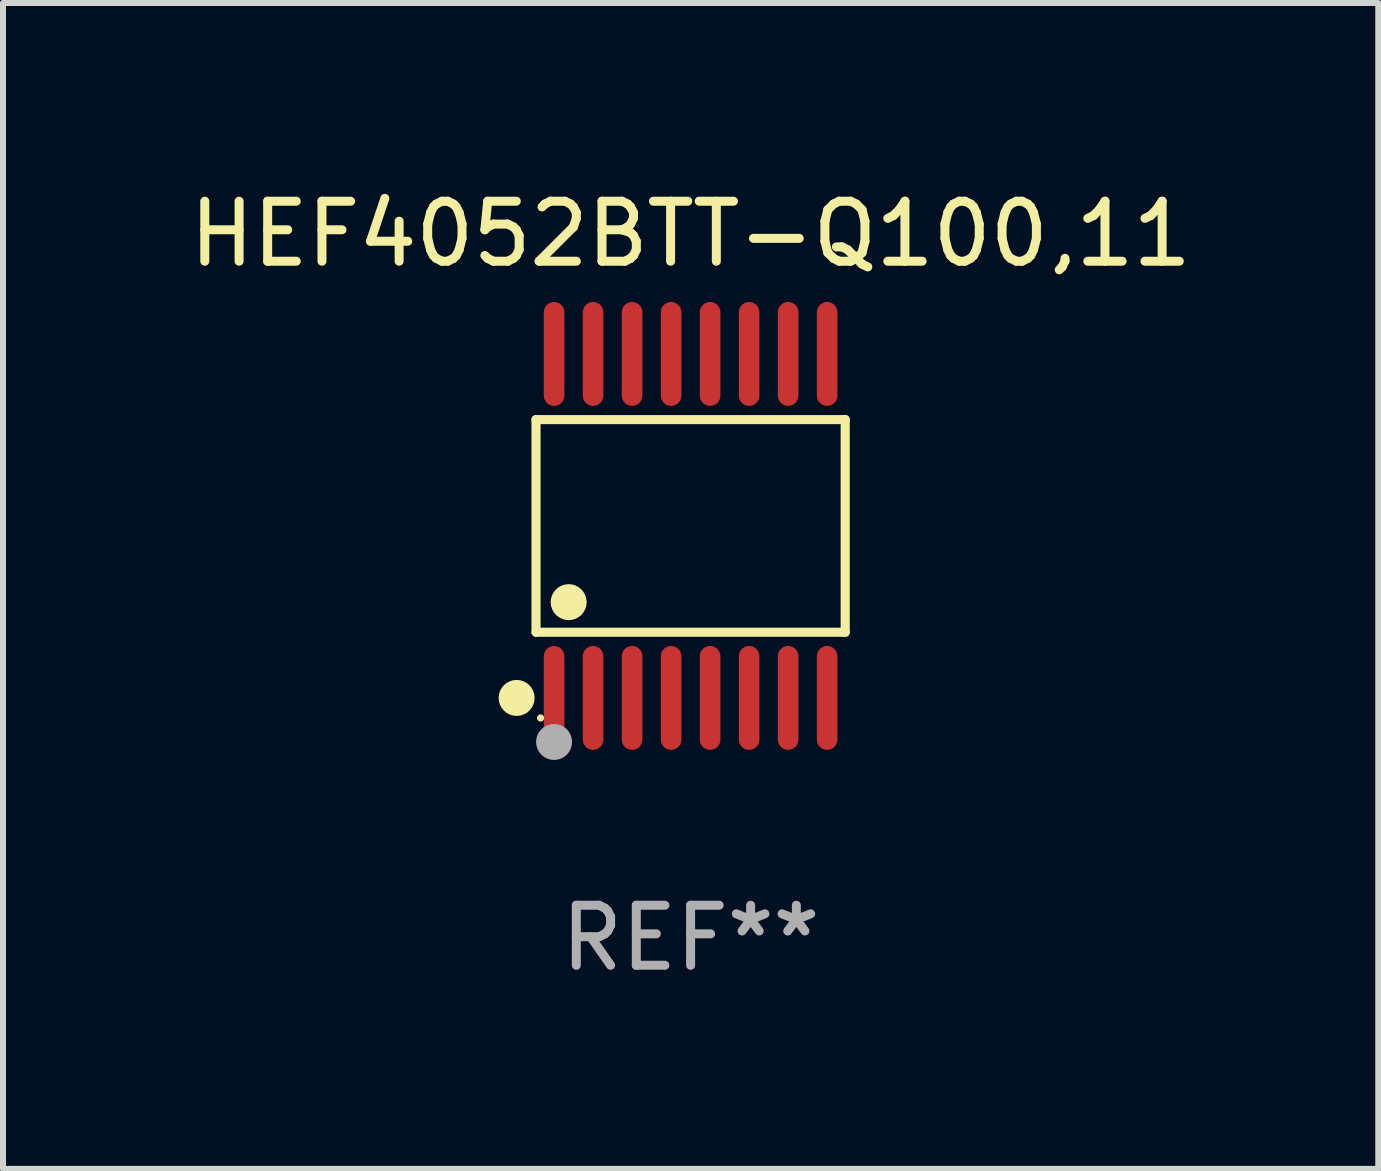
<source format=kicad_pcb>
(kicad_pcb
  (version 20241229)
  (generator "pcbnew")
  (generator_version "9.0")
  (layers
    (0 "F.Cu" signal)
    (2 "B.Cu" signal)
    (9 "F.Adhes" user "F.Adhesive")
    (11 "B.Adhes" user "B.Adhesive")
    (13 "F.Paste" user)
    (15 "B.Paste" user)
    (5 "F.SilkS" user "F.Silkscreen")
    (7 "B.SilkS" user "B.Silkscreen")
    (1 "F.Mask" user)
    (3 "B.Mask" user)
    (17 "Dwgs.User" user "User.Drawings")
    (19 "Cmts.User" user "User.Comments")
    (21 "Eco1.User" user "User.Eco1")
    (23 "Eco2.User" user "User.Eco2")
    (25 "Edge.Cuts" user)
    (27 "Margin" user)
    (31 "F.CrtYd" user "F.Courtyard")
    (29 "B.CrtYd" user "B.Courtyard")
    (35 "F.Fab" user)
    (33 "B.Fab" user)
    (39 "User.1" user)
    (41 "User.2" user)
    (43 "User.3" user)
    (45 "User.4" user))
  (footprint "HEF4052BTT-Q100,11"
    (layer "F.Cu")
    (at 8.458 5.714)
    (property "Reference" "HEF4052BTT-Q100,11" (at 0 -4.866 0) (layer "F.SilkS") (effects (font (size 1 1) (thickness 0.15))))
    (attr through_hole)
    (fp_line (start -2.576 -1.772) (end 2.576 -1.772) (stroke (width 0.152) (type solid)) (layer "F.SilkS"))
    (fp_line (start -2.576 1.771) (end -2.576 -1.772) (stroke (width 0.152) (type solid)) (layer "F.SilkS"))
    (fp_line (start 2.576 -1.772) (end 2.576 1.771) (stroke (width 0.152) (type solid)) (layer "F.SilkS"))
    (fp_line (start 2.576 1.771) (end -2.576 1.771) (stroke (width 0.152) (type solid)) (layer "F.SilkS"))
    (fp_circle (center -2.899 2.866) (end -2.749 2.866) (stroke (width 0.3) (type solid)) (fill no) (layer "F.SilkS"))
    (fp_circle (center -2.5 3.2) (end -2.47 3.2) (stroke (width 0.06) (type solid)) (fill no) (layer "F.SilkS"))
    (fp_circle (center -2.032 1.27) (end -1.882 1.27) (stroke (width 0.3) (type solid)) (fill no) (layer "F.SilkS"))
    (fp_circle (center -2.275 3.6) (end -2.125 3.6) (stroke (width 0.3) (type solid)) (fill no) (layer "F.Fab"))
    (fp_text user "REF**" (at 0 6.866 0) (layer "F.Fab") (effects (font (size 1 1) (thickness 0.15))))
    (pad "1" smd oval (at -2.275 2.866) (size 0.343 1.731) (layers "F.Cu" "F.Mask" "F.Paste"))
    (pad "2" smd oval (at -1.625 2.866) (size 0.343 1.731) (layers "F.Cu" "F.Mask" "F.Paste"))
    (pad "3" smd oval (at -0.975 2.866) (size 0.343 1.731) (layers "F.Cu" "F.Mask" "F.Paste"))
    (pad "4" smd oval (at -0.325 2.866) (size 0.343 1.731) (layers "F.Cu" "F.Mask" "F.Paste"))
    (pad "5" smd oval (at 0.325 2.866) (size 0.343 1.731) (layers "F.Cu" "F.Mask" "F.Paste"))
    (pad "6" smd oval (at 0.975 2.866) (size 0.343 1.731) (layers "F.Cu" "F.Mask" "F.Paste"))
    (pad "7" smd oval (at 1.625 2.866) (size 0.343 1.731) (layers "F.Cu" "F.Mask" "F.Paste"))
    (pad "8" smd oval (at 2.275 2.866) (size 0.343 1.731) (layers "F.Cu" "F.Mask" "F.Paste"))
    (pad "9" smd oval (at 2.275 -2.866) (size 0.343 1.731) (layers "F.Cu" "F.Mask" "F.Paste"))
    (pad "10" smd oval (at 1.625 -2.866) (size 0.343 1.731) (layers "F.Cu" "F.Mask" "F.Paste"))
    (pad "11" smd oval (at 0.975 -2.866) (size 0.343 1.731) (layers "F.Cu" "F.Mask" "F.Paste"))
    (pad "12" smd oval (at 0.325 -2.866) (size 0.343 1.731) (layers "F.Cu" "F.Mask" "F.Paste"))
    (pad "13" smd oval (at -0.325 -2.866) (size 0.343 1.731) (layers "F.Cu" "F.Mask" "F.Paste"))
    (pad "14" smd oval (at -0.975 -2.866) (size 0.343 1.731) (layers "F.Cu" "F.Mask" "F.Paste"))
    (pad "15" smd oval (at -1.625 -2.866) (size 0.343 1.731) (layers "F.Cu" "F.Mask" "F.Paste"))
    (pad "16" smd oval (at -2.275 -2.866) (size 0.343 1.731) (layers "F.Cu" "F.Mask" "F.Paste")))
  (gr_rect
    (start -3 -3)
    (end 19.917 16.428)
    (stroke (width 0.1) (type default))
    (fill no)
    (layer "Edge.Cuts")))
</source>
